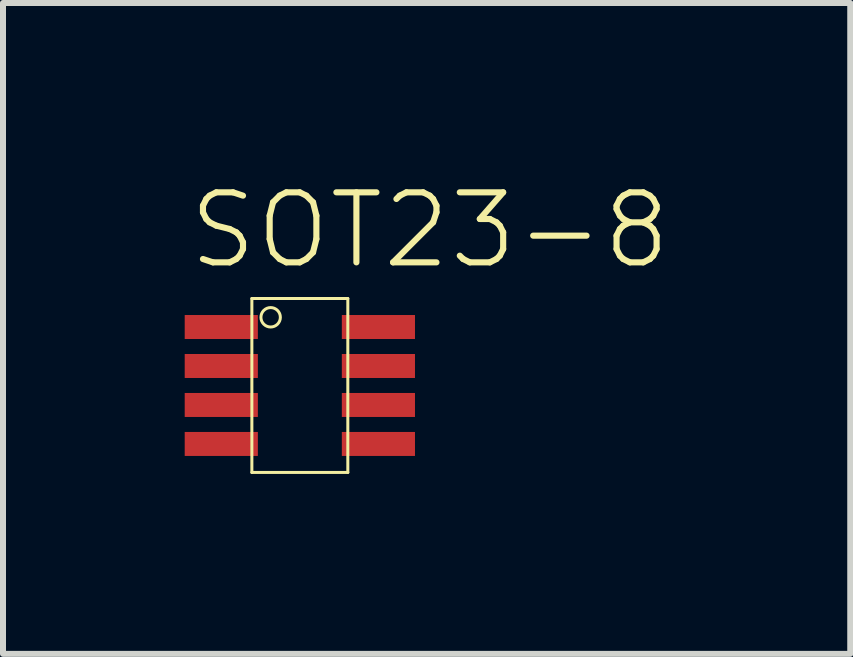
<source format=kicad_pcb>
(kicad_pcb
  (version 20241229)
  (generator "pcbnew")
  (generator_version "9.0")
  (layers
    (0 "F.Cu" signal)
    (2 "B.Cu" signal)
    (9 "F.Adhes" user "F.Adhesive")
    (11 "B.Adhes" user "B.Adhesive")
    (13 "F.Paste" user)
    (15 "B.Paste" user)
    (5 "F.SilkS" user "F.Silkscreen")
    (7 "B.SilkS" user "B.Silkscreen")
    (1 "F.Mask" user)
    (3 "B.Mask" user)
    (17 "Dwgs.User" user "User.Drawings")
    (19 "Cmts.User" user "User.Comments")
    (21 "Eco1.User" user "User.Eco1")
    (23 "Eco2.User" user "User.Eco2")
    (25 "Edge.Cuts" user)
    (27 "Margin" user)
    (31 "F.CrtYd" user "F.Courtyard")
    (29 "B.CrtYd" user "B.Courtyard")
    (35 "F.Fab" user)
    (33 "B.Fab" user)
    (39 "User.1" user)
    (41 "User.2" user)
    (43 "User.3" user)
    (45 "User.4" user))
  (footprint "SOT23-8"
    (layer "F.Cu")
    (at 1.95 3.378)
    (property "Reference" "SOT23-8" (at -1.905 -1.905 0) (unlocked yes) (layer "F.SilkS") (effects (font (size 1.168 1.168) (thickness 0.102)) (justify left bottom)))
    (fp_poly (pts (xy -1.95 -0.75) (xy -0.67 -0.75) (xy -0.67 -1.2) (xy -1.95 -1.2)) (stroke (width 0) (type default)) (fill yes) (layer "F.Mask"))
    (fp_poly (pts (xy -1.95 -0.1) (xy -0.67 -0.1) (xy -0.67 -0.55) (xy -1.95 -0.55)) (stroke (width 0) (type default)) (fill yes) (layer "F.Mask"))
    (fp_poly (pts (xy -1.95 0.55) (xy -0.67 0.55) (xy -0.67 0.1) (xy -1.95 0.1)) (stroke (width 0) (type default)) (fill yes) (layer "F.Mask"))
    (fp_poly (pts (xy -1.95 1.2) (xy -0.67 1.2) (xy -0.67 0.75) (xy -1.95 0.75)) (stroke (width 0) (type default)) (fill yes) (layer "F.Mask"))
    (fp_poly (pts (xy 0.67 -0.75) (xy 1.95 -0.75) (xy 1.95 -1.2) (xy 0.67 -1.2)) (stroke (width 0) (type default)) (fill yes) (layer "F.Mask"))
    (fp_poly (pts (xy 0.67 -0.1) (xy 1.95 -0.1) (xy 1.95 -0.55) (xy 0.67 -0.55)) (stroke (width 0) (type default)) (fill yes) (layer "F.Mask"))
    (fp_poly (pts (xy 0.67 0.55) (xy 1.95 0.55) (xy 1.95 0.1) (xy 0.67 0.1)) (stroke (width 0) (type default)) (fill yes) (layer "F.Mask"))
    (fp_poly (pts (xy 0.67 1.2) (xy 1.95 1.2) (xy 1.95 0.75) (xy 0.67 0.75)) (stroke (width 0) (type default)) (fill yes) (layer "F.Mask"))
    (fp_line (start -0.8 -1.45) (end -0.8 1.45) (stroke (width 0.05) (type solid)) (layer "F.SilkS"))
    (fp_line (start -0.8 1.45) (end 0.8 1.45) (stroke (width 0.05) (type solid)) (layer "F.SilkS"))
    (fp_line (start 0.8 -1.45) (end -0.8 -1.45) (stroke (width 0.05) (type solid)) (layer "F.SilkS"))
    (fp_line (start 0.8 1.45) (end 0.8 -1.45) (stroke (width 0.05) (type solid)) (layer "F.SilkS"))
    (fp_circle (center -0.487 -1.137) (end -0.325 -1.137) (stroke (width 0.05) (type solid)) (fill no) (layer "F.SilkS"))
    (fp_poly (pts (xy -1.9 -0.8) (xy -0.72 -0.8) (xy -0.72 -1.15) (xy -1.9 -1.15)) (stroke (width 0) (type default)) (fill yes) (layer "F.Paste"))
    (fp_poly (pts (xy -1.9 -0.15) (xy -0.72 -0.15) (xy -0.72 -0.5) (xy -1.9 -0.5)) (stroke (width 0) (type default)) (fill yes) (layer "F.Paste"))
    (fp_poly (pts (xy -1.9 0.5) (xy -0.72 0.5) (xy -0.72 0.15) (xy -1.9 0.15)) (stroke (width 0) (type default)) (fill yes) (layer "F.Paste"))
    (fp_poly (pts (xy -1.9 1.15) (xy -0.72 1.15) (xy -0.72 0.8) (xy -1.9 0.8)) (stroke (width 0) (type default)) (fill yes) (layer "F.Paste"))
    (fp_poly (pts (xy 0.72 -0.8) (xy 1.9 -0.8) (xy 1.9 -1.15) (xy 0.72 -1.15)) (stroke (width 0) (type default)) (fill yes) (layer "F.Paste"))
    (fp_poly (pts (xy 0.72 -0.15) (xy 1.9 -0.15) (xy 1.9 -0.5) (xy 0.72 -0.5)) (stroke (width 0) (type default)) (fill yes) (layer "F.Paste"))
    (fp_poly (pts (xy 0.72 0.5) (xy 1.9 0.5) (xy 1.9 0.15) (xy 0.72 0.15)) (stroke (width 0) (type default)) (fill yes) (layer "F.Paste"))
    (fp_poly (pts (xy 0.72 1.15) (xy 1.9 1.15) (xy 1.9 0.8) (xy 0.72 0.8)) (stroke (width 0) (type default)) (fill yes) (layer "F.Paste"))
    (pad "1" smd rect (at -1.31 -0.975) (size 1.22 0.4) (layers "F.Cu"))
    (pad "2" smd rect (at -1.31 -0.325) (size 1.22 0.4) (layers "F.Cu"))
    (pad "3" smd rect (at -1.31 0.325) (size 1.22 0.4) (layers "F.Cu"))
    (pad "4" smd rect (at -1.31 0.975) (size 1.22 0.4) (layers "F.Cu"))
    (pad "5" smd rect (at 1.31 0.975) (size 1.22 0.4) (layers "F.Cu"))
    (pad "6" smd rect (at 1.31 0.325) (size 1.22 0.4) (layers "F.Cu"))
    (pad "7" smd rect (at 1.31 -0.325) (size 1.22 0.4) (layers "F.Cu"))
    (pad "8" smd rect (at 1.31 -0.975) (size 1.22 0.4) (layers "F.Cu")))
  (gr_rect
    (start -3 -3)
    (end 11.128 7.853)
    (stroke (width 0.1) (type default))
    (fill no)
    (layer "Edge.Cuts")))
</source>
